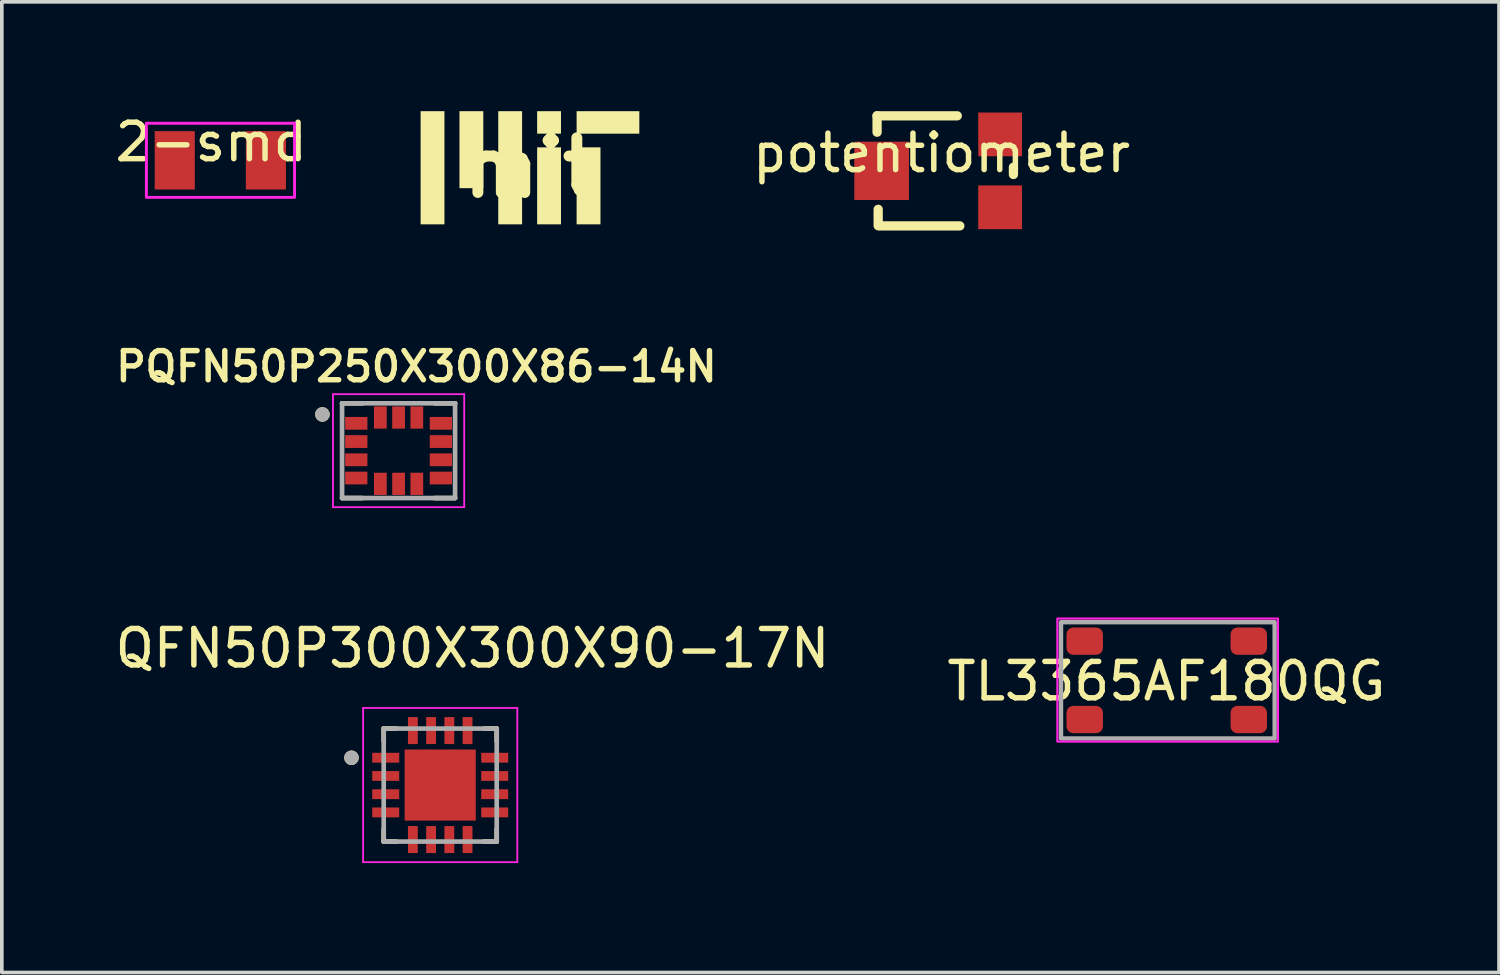
<source format=kicad_pcb>
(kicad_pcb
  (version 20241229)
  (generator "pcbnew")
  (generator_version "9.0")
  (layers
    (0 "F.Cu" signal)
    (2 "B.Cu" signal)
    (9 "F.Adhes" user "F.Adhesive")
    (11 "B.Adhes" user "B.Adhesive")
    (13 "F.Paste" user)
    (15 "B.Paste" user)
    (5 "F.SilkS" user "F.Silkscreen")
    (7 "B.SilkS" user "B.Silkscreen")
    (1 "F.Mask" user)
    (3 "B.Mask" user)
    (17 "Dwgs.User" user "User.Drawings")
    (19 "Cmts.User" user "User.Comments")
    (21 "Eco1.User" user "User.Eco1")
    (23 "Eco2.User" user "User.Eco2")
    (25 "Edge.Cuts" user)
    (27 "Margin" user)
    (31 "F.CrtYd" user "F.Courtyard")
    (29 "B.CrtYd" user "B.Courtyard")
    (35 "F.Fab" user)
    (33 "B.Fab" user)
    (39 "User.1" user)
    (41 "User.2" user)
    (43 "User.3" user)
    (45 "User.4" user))
  (footprint "mit"
    (layer "F.Cu")
    (at 11.488 1.552)
    (property "Reference" "mit" (at 0 0 0) (layer "F.SilkS") (effects (font (size 1.5 1.5) (thickness 0.3))))
    (attr board_only exclude_from_pos_files exclude_from_bom)
    (fp_poly (pts (xy -2.346 0) (xy -2.346 1.552) (xy -2.673 1.552) (xy -3 1.552) (xy -3 0) (xy -3 -1.552) (xy -2.673 -1.552) (xy -2.346 -1.552)) (stroke (width 0) (type solid)) (fill yes) (layer "F.SilkS"))
    (fp_poly (pts (xy -1.28 -0.496) (xy -1.28 0.56) (xy -1.607 0.56) (xy -1.934 0.56) (xy -1.934 -0.496) (xy -1.934 -1.552) (xy -1.607 -1.552) (xy -1.28 -1.552)) (stroke (width 0) (type solid)) (fill yes) (layer "F.SilkS"))
    (fp_poly (pts (xy -0.216 0) (xy -0.216 1.552) (xy -0.543 1.552) (xy -0.87 1.552) (xy -0.87 0) (xy -0.87 -1.552) (xy -0.543 -1.552) (xy -0.216 -1.552)) (stroke (width 0) (type solid)) (fill yes) (layer "F.SilkS"))
    (fp_poly (pts (xy 0.851 -1.243) (xy 0.851 -0.935) (xy 0.524 -0.935) (xy 0.197 -0.935) (xy 0.197 -1.243) (xy 0.197 -1.552) (xy 0.524 -1.552) (xy 0.851 -1.552)) (stroke (width 0) (type solid)) (fill yes) (layer "F.SilkS"))
    (fp_poly (pts (xy 0.851 0.496) (xy 0.851 1.552) (xy 0.524 1.552) (xy 0.197 1.552) (xy 0.197 0.496) (xy 0.197 -0.56) (xy 0.524 -0.56) (xy 0.851 -0.56)) (stroke (width 0) (type solid)) (fill yes) (layer "F.SilkS"))
    (fp_poly (pts (xy 1.934 0.496) (xy 1.934 1.552) (xy 1.607 1.552) (xy 1.28 1.552) (xy 1.28 0.496) (xy 1.28 -0.56) (xy 1.607 -0.56) (xy 1.934 -0.56)) (stroke (width 0) (type solid)) (fill yes) (layer "F.SilkS"))
    (fp_poly (pts (xy 3 -1.243) (xy 3 -0.935) (xy 2.14 -0.935) (xy 1.28 -0.935) (xy 1.28 -1.243) (xy 1.28 -1.552) (xy 2.14 -1.552) (xy 3 -1.552)) (stroke (width 0) (type solid)) (fill yes) (layer "F.SilkS")))
  (footprint "PQFN50P250X300X86-14N"
    (layer "F.Cu")
    (at 7.884 9.313)
    (property "Reference" "PQFN50P250X300X86-14N" (at 0.49 -2.308 0) (layer "F.SilkS") (effects (font (size 0.8 0.8) (thickness 0.15))))
    (attr smd)
    (fp_rect (start -0.729 -1.27) (end -0.279 -0.56) (stroke (width 0.01) (type solid)) (fill yes) (layer "F.Mask"))
    (fp_rect (start -0.72 0.555) (end -0.27 1.265) (stroke (width 0.01) (type solid)) (fill yes) (layer "F.Mask"))
    (fp_rect (start -0.229 -1.269) (end 0.221 -0.559) (stroke (width 0.01) (type solid)) (fill yes) (layer "F.Mask"))
    (fp_rect (start -0.22 0.555) (end 0.23 1.265) (stroke (width 0.01) (type solid)) (fill yes) (layer "F.Mask"))
    (fp_rect (start 0.27 -1.269) (end 0.72 -0.559) (stroke (width 0.01) (type solid)) (fill yes) (layer "F.Mask"))
    (fp_rect (start 0.27 0.56) (end 0.72 1.27) (stroke (width 0.01) (type solid)) (fill yes) (layer "F.Mask"))
    (fp_poly (pts (xy -1.515 -0.975) (xy -0.805 -0.975) (xy -0.805 -0.525) (xy -1.515 -0.525)) (stroke (width 0.01) (type solid)) (fill yes) (layer "F.Mask"))
    (fp_poly (pts (xy -1.515 -0.475) (xy -0.805 -0.475) (xy -0.805 -0.025) (xy -1.515 -0.025)) (stroke (width 0.01) (type solid)) (fill yes) (layer "F.Mask"))
    (fp_poly (pts (xy -1.515 0.025) (xy -0.805 0.025) (xy -0.805 0.475) (xy -1.515 0.475)) (stroke (width 0.01) (type solid)) (fill yes) (layer "F.Mask"))
    (fp_poly (pts (xy -1.515 0.525) (xy -0.805 0.525) (xy -0.805 0.975) (xy -1.515 0.975)) (stroke (width 0.01) (type solid)) (fill yes) (layer "F.Mask"))
    (fp_poly (pts (xy 0.805 -0.975) (xy 1.515 -0.975) (xy 1.515 -0.525) (xy 0.805 -0.525)) (stroke (width 0.01) (type solid)) (fill yes) (layer "F.Mask"))
    (fp_poly (pts (xy 0.805 -0.475) (xy 1.515 -0.475) (xy 1.515 -0.025) (xy 0.805 -0.025)) (stroke (width 0.01) (type solid)) (fill yes) (layer "F.Mask"))
    (fp_poly (pts (xy 0.805 0.025) (xy 1.515 0.025) (xy 1.515 0.475) (xy 0.805 0.475)) (stroke (width 0.01) (type solid)) (fill yes) (layer "F.Mask"))
    (fp_poly (pts (xy 0.805 0.525) (xy 1.515 0.525) (xy 1.515 0.975) (xy 0.805 0.975)) (stroke (width 0.01) (type solid)) (fill yes) (layer "F.Mask"))
    (fp_line (start -1.55 1.3) (end -0.99 1.3) (stroke (width 0.127) (type solid)) (layer "F.SilkS"))
    (fp_line (start -0.99 -1.3) (end -1.55 -1.3) (stroke (width 0.127) (type solid)) (layer "F.SilkS"))
    (fp_line (start 0.99 -1.3) (end 1.55 -1.3) (stroke (width 0.127) (type solid)) (layer "F.SilkS"))
    (fp_line (start 0.99 1.3) (end 1.55 1.3) (stroke (width 0.127) (type solid)) (layer "F.SilkS"))
    (fp_circle (center -2.09 -0.995) (end -1.99 -0.995) (stroke (width 0.2) (type solid)) (fill no) (layer "F.SilkS"))
    (fp_line (start -1.8 -1.55) (end 1.8 -1.55) (stroke (width 0.05) (type solid)) (layer "F.CrtYd"))
    (fp_line (start -1.8 1.55) (end -1.8 -1.55) (stroke (width 0.05) (type solid)) (layer "F.CrtYd"))
    (fp_line (start 1.8 -1.55) (end 1.8 1.55) (stroke (width 0.05) (type solid)) (layer "F.CrtYd"))
    (fp_line (start 1.8 1.55) (end -1.8 1.55) (stroke (width 0.05) (type solid)) (layer "F.CrtYd"))
    (fp_line (start -1.55 -1.3) (end 1.55 -1.3) (stroke (width 0.127) (type solid)) (layer "F.Fab"))
    (fp_line (start -1.55 1.3) (end -1.55 -1.3) (stroke (width 0.127) (type solid)) (layer "F.Fab"))
    (fp_line (start 1.55 -1.3) (end 1.55 1.3) (stroke (width 0.127) (type solid)) (layer "F.Fab"))
    (fp_line (start 1.55 1.3) (end -1.55 1.3) (stroke (width 0.127) (type solid)) (layer "F.Fab"))
    (fp_circle (center -2.09 -0.995) (end -1.99 -0.995) (stroke (width 0.2) (type solid)) (fill no) (layer "F.Fab"))
    (pad "1" smd rect (at -1.16 -0.75) (size 0.61 0.35) (layers "F.Cu" "F.Paste"))
    (pad "2" smd rect (at -1.16 -0.25) (size 0.61 0.35) (layers "F.Cu" "F.Paste"))
    (pad "3" smd rect (at -1.16 0.25) (size 0.61 0.35) (layers "F.Cu" "F.Paste"))
    (pad "4" smd rect (at -1.16 0.75) (size 0.61 0.35) (layers "F.Cu" "F.Paste"))
    (pad "5" smd rect (at -0.5 0.91 90) (size 0.61 0.35) (layers "F.Cu" "F.Paste"))
    (pad "6" smd rect (at 0 0.91 90) (size 0.61 0.35) (layers "F.Cu" "F.Paste"))
    (pad "7" smd rect (at 0.5 0.91 90) (size 0.61 0.35) (layers "F.Cu" "F.Paste"))
    (pad "8" smd rect (at 1.16 0.75 180) (size 0.61 0.35) (layers "F.Cu" "F.Paste"))
    (pad "9" smd rect (at 1.16 0.25 180) (size 0.61 0.35) (layers "F.Cu" "F.Paste"))
    (pad "10" smd rect (at 1.16 -0.25 180) (size 0.61 0.35) (layers "F.Cu" "F.Paste"))
    (pad "11" smd rect (at 1.16 -0.75 180) (size 0.61 0.35) (layers "F.Cu" "F.Paste"))
    (pad "12" smd rect (at 0.5 -0.91 270) (size 0.61 0.35) (layers "F.Cu" "F.Paste"))
    (pad "13" smd rect (at 0 -0.91 270) (size 0.61 0.35) (layers "F.Cu" "F.Paste"))
    (pad "14" smd rect (at -0.5 -0.91 270) (size 0.61 0.35) (layers "F.Cu" "F.Paste")))
  (footprint "2-smd"
    (layer "F.Cu")
    (at 2.744 1.348)
    (property "Reference" "2-smd" (at 0 -0.5 0) (unlocked yes) (layer "F.SilkS") (effects (font (size 1 1) (thickness 0.15))))
    (attr smd)
    (fp_rect (start -1.778 -1.016) (end 2.286 1.016) (stroke (width 0.08) (type default)) (fill no) (layer "F.CrtYd"))
    (pad "1" smd rect (at -1 0) (size 1.1 1.6) (layers "F.Cu" "F.Mask" "F.Paste"))
    (pad "2" smd rect (at 1.5 0) (size 1.1 1.6) (layers "F.Cu" "F.Mask" "F.Paste")))
  (footprint "TL3365AF180QG"
    (layer "F.Cu")
    (at 28.956 15.618)
    (property "Reference" "TL3365AF180QG" (at -0.01 0.02 0) (unlocked yes) (layer "F.SilkS") (effects (font (size 1 1) (thickness 0.15))))
    (attr smd)
    (fp_rect (start -3 -1.7) (end 3.05 1.675) (stroke (width 0.06) (type default)) (fill no) (layer "F.CrtYd"))
    (fp_rect (start -2.9 -1.6) (end 2.96 1.59) (stroke (width 0.12) (type default)) (fill no) (layer "F.Fab"))
    (pad "1" smd roundrect (at -2.25 1.07) (size 1 0.75) (layers "F.Cu" "F.Mask" "F.Paste") (roundrect_rratio 0.25))
    (pad "2" smd roundrect (at 2.25 1.07) (size 1 0.75) (layers "F.Cu" "F.Mask" "F.Paste") (roundrect_rratio 0.25))
    (pad "3" smd roundrect (at -2.25 -1.08) (size 1 0.75) (layers "F.Cu" "F.Mask" "F.Paste") (roundrect_rratio 0.25))
    (pad "4" smd roundrect (at 2.25 -1.08) (size 1 0.75) (layers "F.Cu" "F.Mask" "F.Paste") (roundrect_rratio 0.25)))
  (footprint "potentiometer"
    (layer "F.Cu")
    (at 22.78 1.647)
    (property "Reference" "potentiometer" (at 0 -0.5 0) (unlocked yes) (layer "F.SilkS") (effects (font (size 1 1) (thickness 0.15))))
    (attr smd)
    (fp_line (start -1.77 -1.52) (end -1.77 -1.07) (stroke (width 0.254) (type default)) (layer "F.SilkS"))
    (fp_line (start -1.74 1.045) (end -1.74 1.495) (stroke (width 0.254) (type default)) (layer "F.SilkS"))
    (fp_line (start 0.43 -1.52) (end -1.77 -1.52) (stroke (width 0.254) (type default)) (layer "F.SilkS"))
    (fp_line (start 0.5 1.5) (end -1.7 1.5) (stroke (width 0.254) (type default)) (layer "F.SilkS"))
    (fp_line (start 1.97 0.09) (end 1.97 -0.11) (stroke (width 0.254) (type default)) (layer "F.SilkS"))
    (fp_poly (pts (xy -1.07 -0.76) (xy -1.07 0.74) (xy -1.82 0.74) (xy -1.82 -0.76)) (stroke (width 0.1) (type default)) (fill no) (layer "User.1"))
    (fp_poly (pts (xy 1.98 -1.36) (xy 1.98 -0.41) (xy 1.18 -0.41) (xy 1.18 -1.36)) (stroke (width 0.1) (type default)) (fill no) (layer "User.1"))
    (fp_poly (pts (xy 1.98 0.39) (xy 1.98 1.34) (xy 1.18 1.34) (xy 1.18 0.39)) (stroke (width 0.1) (type default)) (fill no) (layer "User.1"))
    (fp_line (start -1.77 -1.51) (end 1.98 -1.51) (stroke (width 0.051) (type default)) (layer "User.2"))
    (fp_line (start -1.77 1.49) (end -1.77 -1.51) (stroke (width 0.051) (type default)) (layer "User.2"))
    (fp_line (start 1.98 -1.51) (end 1.98 1.49) (stroke (width 0.051) (type default)) (layer "User.2"))
    (fp_line (start 1.98 1.49) (end -1.77 1.49) (stroke (width 0.051) (type default)) (layer "User.2"))
    (fp_poly (pts (xy 2.04 1.49) (xy 2.022 1.448) (xy 1.98 1.43) (xy 1.938 1.448) (xy 1.92 1.49) (xy 1.938 1.532) (xy 1.98 1.55) (xy 2.022 1.532)) (stroke (width 0.1) (type default)) (fill no) (layer "User.3"))
    (pad "1" smd rect (at 1.605 0.99 90) (size 1.2 1.2) (layers "F.Cu" "F.Mask" "F.Paste"))
    (pad "2" smd rect (at -1.645 -0.01 90) (size 1.6 1.5) (layers "F.Cu" "F.Mask" "F.Paste"))
    (pad "3" smd rect (at 1.605 -1.01 90) (size 1.2 1.2) (layers "F.Cu" "F.Mask" "F.Paste")))
  (footprint "QFN50P300X300X90-17N"
    (layer "F.Cu")
    (at 9.026 18.486)
    (property "Reference" "QFN50P300X300X90-17N" (at 0.885 -3.75 0) (layer "F.SilkS") (effects (font (size 1 1) (thickness 0.15))))
    (attr smd)
    (fp_line (start -1.55 -1.55) (end -1.55 -1.205) (stroke (width 0.127) (type solid)) (layer "F.SilkS"))
    (fp_line (start -1.55 -1.55) (end -1.205 -1.55) (stroke (width 0.127) (type solid)) (layer "F.SilkS"))
    (fp_line (start -1.55 1.55) (end -1.55 1.205) (stroke (width 0.127) (type solid)) (layer "F.SilkS"))
    (fp_line (start -1.55 1.55) (end -1.205 1.55) (stroke (width 0.127) (type solid)) (layer "F.SilkS"))
    (fp_line (start 1.55 -1.55) (end 1.205 -1.55) (stroke (width 0.127) (type solid)) (layer "F.SilkS"))
    (fp_line (start 1.55 -1.55) (end 1.55 -1.205) (stroke (width 0.127) (type solid)) (layer "F.SilkS"))
    (fp_line (start 1.55 1.55) (end 1.205 1.55) (stroke (width 0.127) (type solid)) (layer "F.SilkS"))
    (fp_line (start 1.55 1.55) (end 1.55 1.205) (stroke (width 0.127) (type solid)) (layer "F.SilkS"))
    (fp_circle (center -2.435 -0.75) (end -2.335 -0.75) (stroke (width 0.2) (type solid)) (fill no) (layer "F.SilkS"))
    (fp_poly (pts (xy -0.62 -0.62) (xy 0.62 -0.62) (xy 0.62 0.62) (xy -0.62 0.62)) (stroke (width 0.01) (type solid)) (fill yes) (layer "F.Paste"))
    (fp_line (start -2.115 -2.115) (end 2.115 -2.115) (stroke (width 0.05) (type solid)) (layer "F.CrtYd"))
    (fp_line (start -2.115 2.115) (end -2.115 -2.115) (stroke (width 0.05) (type solid)) (layer "F.CrtYd"))
    (fp_line (start -2.115 2.115) (end 2.115 2.115) (stroke (width 0.05) (type solid)) (layer "F.CrtYd"))
    (fp_line (start 2.115 2.115) (end 2.115 -2.115) (stroke (width 0.05) (type solid)) (layer "F.CrtYd"))
    (fp_line (start -1.55 1.55) (end -1.55 -1.55) (stroke (width 0.127) (type solid)) (layer "F.Fab"))
    (fp_line (start 1.55 -1.55) (end -1.55 -1.55) (stroke (width 0.127) (type solid)) (layer "F.Fab"))
    (fp_line (start 1.55 1.55) (end -1.55 1.55) (stroke (width 0.127) (type solid)) (layer "F.Fab"))
    (fp_line (start 1.55 1.55) (end 1.55 -1.55) (stroke (width 0.127) (type solid)) (layer "F.Fab"))
    (fp_circle (center -2.435 -0.75) (end -2.335 -0.75) (stroke (width 0.2) (type solid)) (fill no) (layer "F.Fab"))
    (pad "1" smd roundrect (at -1.495 -0.75) (size 0.74 0.27) (layers "F.Cu" "F.Mask" "F.Paste") (roundrect_rratio 0.03))
    (pad "2" smd roundrect (at -1.495 -0.25) (size 0.74 0.27) (layers "F.Cu" "F.Mask" "F.Paste") (roundrect_rratio 0.03))
    (pad "3" smd roundrect (at -1.495 0.25) (size 0.74 0.27) (layers "F.Cu" "F.Mask" "F.Paste") (roundrect_rratio 0.03))
    (pad "4" smd roundrect (at -1.495 0.75) (size 0.74 0.27) (layers "F.Cu" "F.Mask" "F.Paste") (roundrect_rratio 0.03))
    (pad "5" smd roundrect (at -0.75 1.495 90) (size 0.74 0.27) (layers "F.Cu" "F.Mask" "F.Paste") (roundrect_rratio 0.03))
    (pad "6" smd roundrect (at -0.25 1.495 90) (size 0.74 0.27) (layers "F.Cu" "F.Mask" "F.Paste") (roundrect_rratio 0.03))
    (pad "7" smd roundrect (at 0.25 1.495 90) (size 0.74 0.27) (layers "F.Cu" "F.Mask" "F.Paste") (roundrect_rratio 0.03))
    (pad "8" smd roundrect (at 0.75 1.495 90) (size 0.74 0.27) (layers "F.Cu" "F.Mask" "F.Paste") (roundrect_rratio 0.03))
    (pad "9" smd roundrect (at 1.495 0.75) (size 0.74 0.27) (layers "F.Cu" "F.Mask" "F.Paste") (roundrect_rratio 0.03))
    (pad "10" smd roundrect (at 1.495 0.25) (size 0.74 0.27) (layers "F.Cu" "F.Mask" "F.Paste") (roundrect_rratio 0.03))
    (pad "11" smd roundrect (at 1.495 -0.25) (size 0.74 0.27) (layers "F.Cu" "F.Mask" "F.Paste") (roundrect_rratio 0.03))
    (pad "12" smd roundrect (at 1.495 -0.75) (size 0.74 0.27) (layers "F.Cu" "F.Mask" "F.Paste") (roundrect_rratio 0.03))
    (pad "13" smd roundrect (at 0.75 -1.495 90) (size 0.74 0.27) (layers "F.Cu" "F.Mask" "F.Paste") (roundrect_rratio 0.03))
    (pad "14" smd roundrect (at 0.25 -1.495 90) (size 0.74 0.27) (layers "F.Cu" "F.Mask" "F.Paste") (roundrect_rratio 0.03))
    (pad "15" smd roundrect (at -0.25 -1.495 90) (size 0.74 0.27) (layers "F.Cu" "F.Mask" "F.Paste") (roundrect_rratio 0.03))
    (pad "16" smd roundrect (at -0.75 -1.495 90) (size 0.74 0.27) (layers "F.Cu" "F.Mask" "F.Paste") (roundrect_rratio 0.03))
    (pad "17" smd rect (at 0 0) (size 1.95 1.95) (layers "F.Cu" "F.Mask")))
  (gr_rect
    (start -3 -3)
    (end 38.071 23.627)
    (stroke (width 0.1) (type default))
    (fill no)
    (layer "Edge.Cuts")))
</source>
